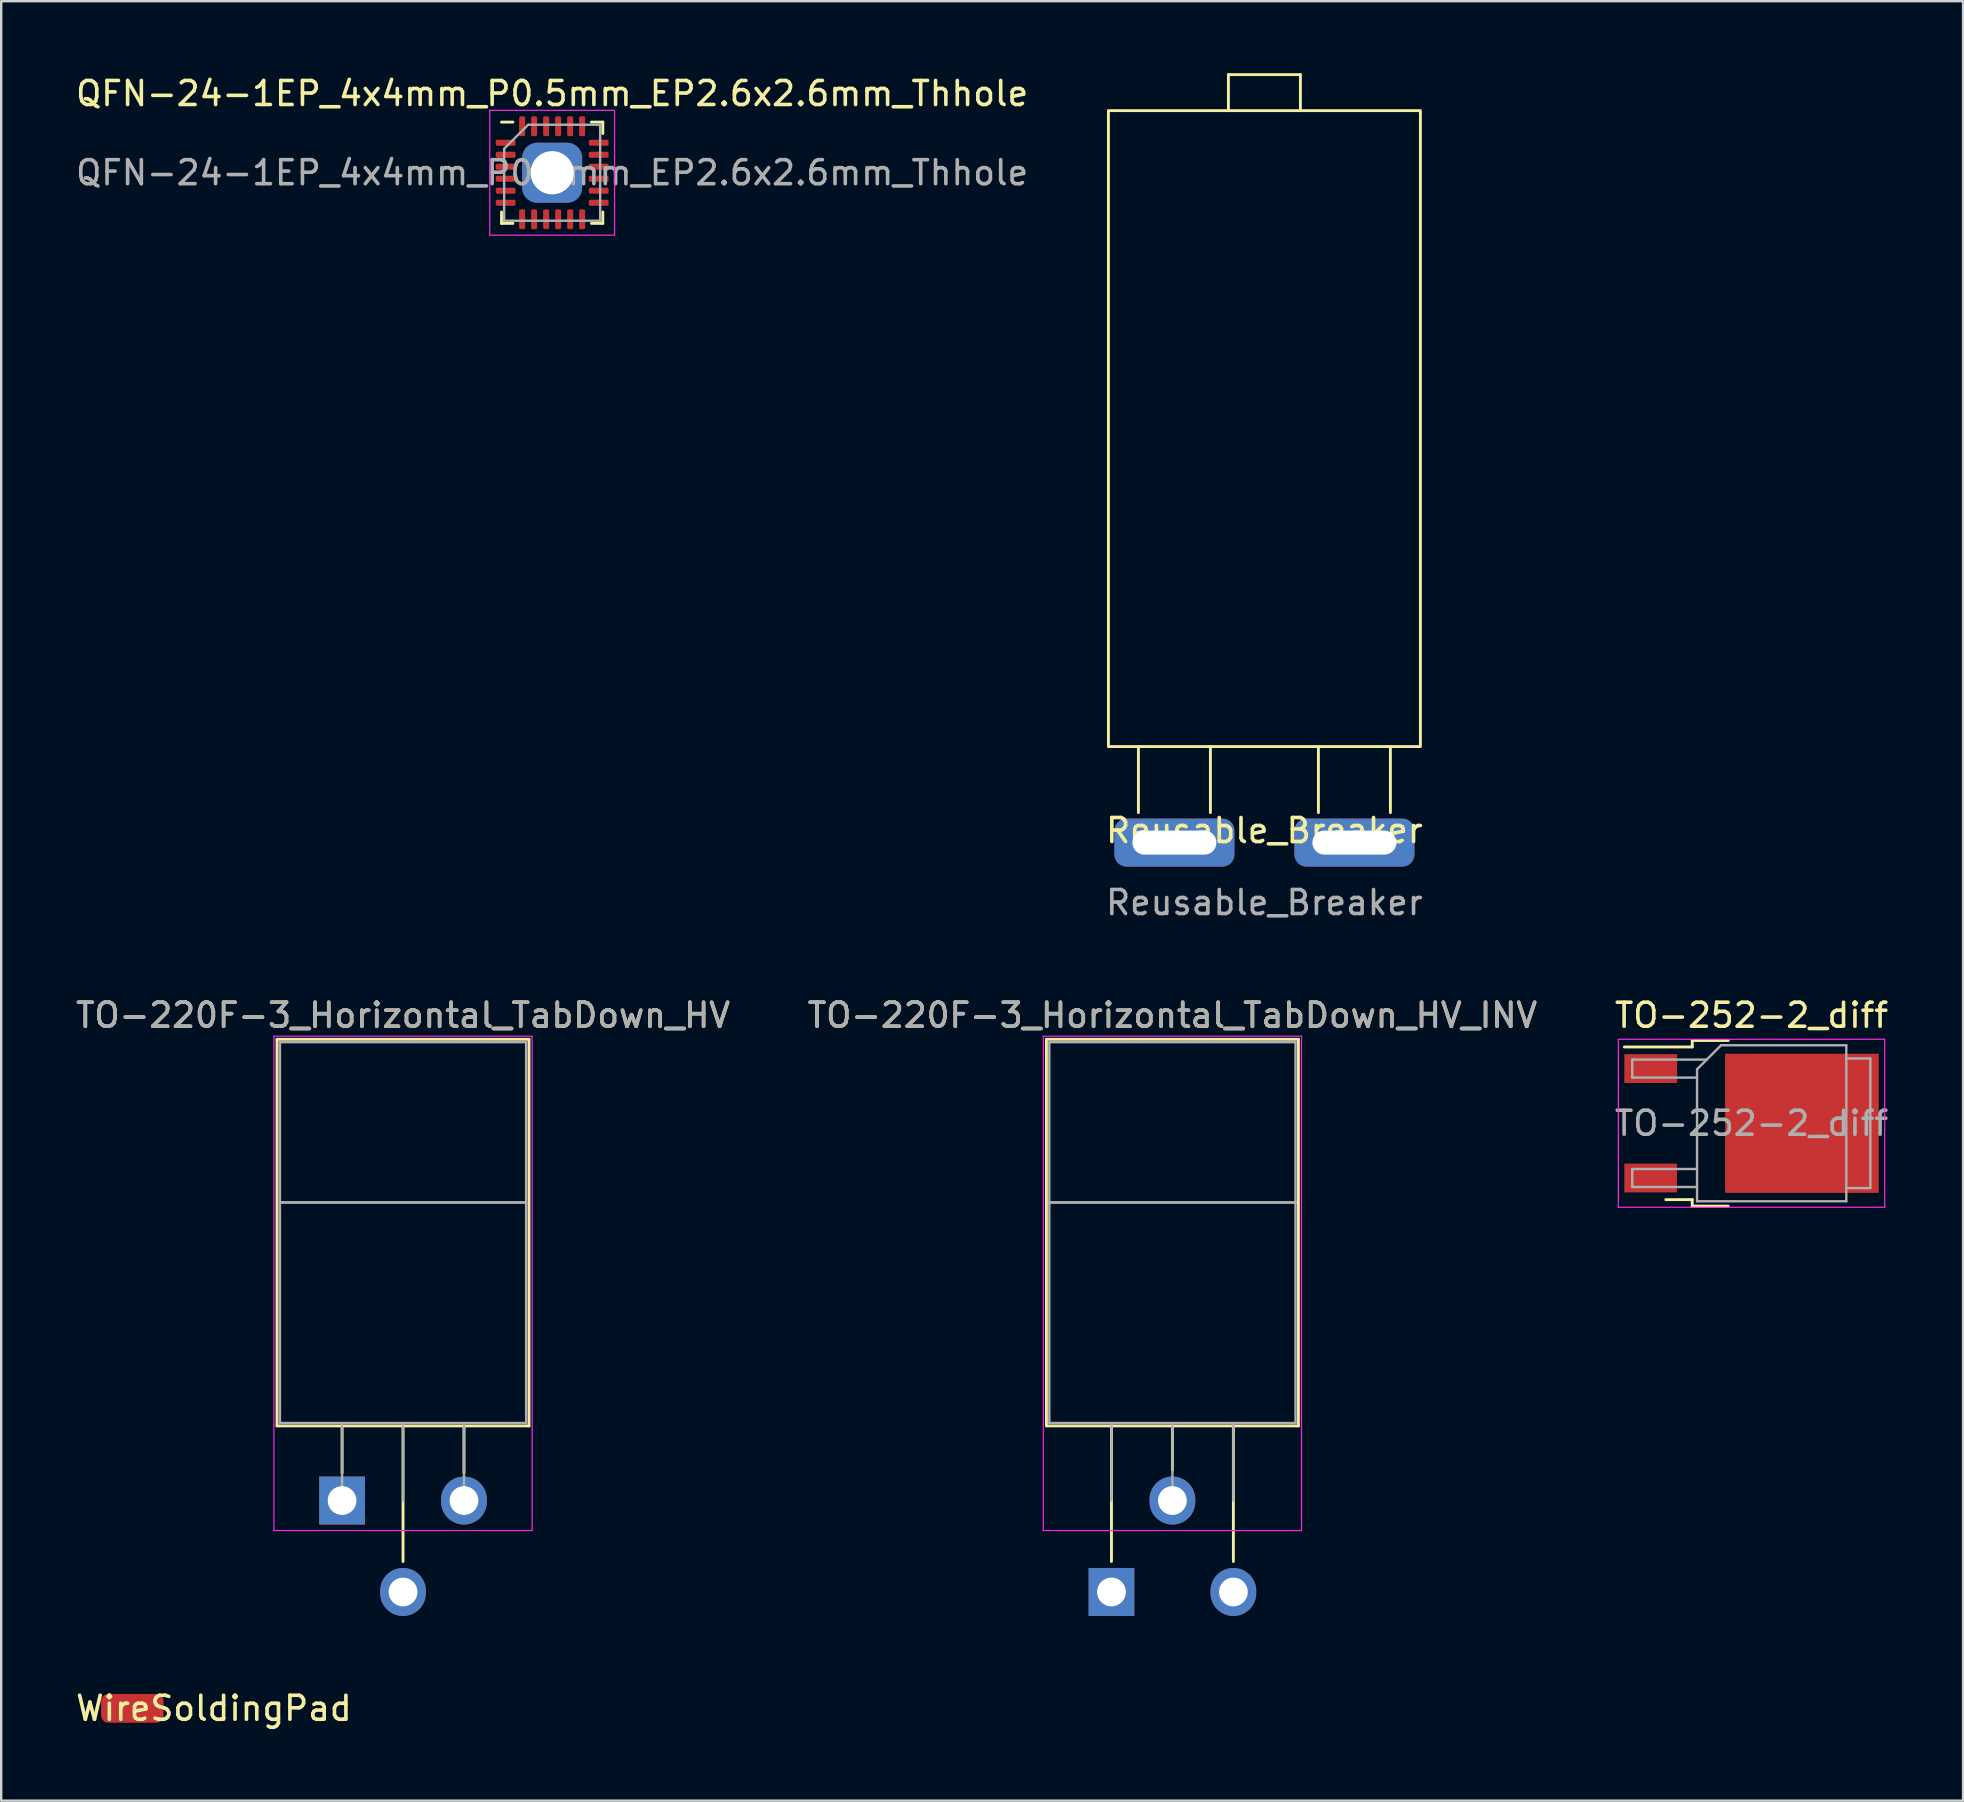
<source format=kicad_pcb>
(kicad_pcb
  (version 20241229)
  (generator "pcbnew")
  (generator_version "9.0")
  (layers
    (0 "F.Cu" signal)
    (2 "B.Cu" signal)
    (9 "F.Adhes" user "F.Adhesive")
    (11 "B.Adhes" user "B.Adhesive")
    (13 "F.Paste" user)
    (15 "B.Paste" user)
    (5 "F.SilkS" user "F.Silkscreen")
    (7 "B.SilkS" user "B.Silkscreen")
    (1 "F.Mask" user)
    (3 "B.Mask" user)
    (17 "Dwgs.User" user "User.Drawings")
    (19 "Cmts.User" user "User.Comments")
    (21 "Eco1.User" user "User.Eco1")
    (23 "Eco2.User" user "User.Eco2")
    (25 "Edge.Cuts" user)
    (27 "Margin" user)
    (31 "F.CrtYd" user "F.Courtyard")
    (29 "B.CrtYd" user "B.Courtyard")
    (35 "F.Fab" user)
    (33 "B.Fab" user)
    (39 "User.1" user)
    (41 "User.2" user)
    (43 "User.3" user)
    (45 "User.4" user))
  (footprint "QFN-24-1EP_4x4mm_P0.5mm_EP2.6x2.6mm_Thhole"
    (layer "F.Cu")
    (at 19.958 4.148)
    (property "Reference" "QFN-24-1EP_4x4mm_P0.5mm_EP2.6x2.6mm_Thhole" (at 0 -3.3 0) (layer "F.SilkS") (effects (font (size 1 1) (thickness 0.15))))
    (attr smd)
    (fp_line (start -2.11 2.11) (end -2.11 1.635) (stroke (width 0.12) (type solid)) (layer "F.SilkS"))
    (fp_line (start -1.635 -2.11) (end -2.11 -2.11) (stroke (width 0.12) (type solid)) (layer "F.SilkS"))
    (fp_line (start -1.635 2.11) (end -2.11 2.11) (stroke (width 0.12) (type solid)) (layer "F.SilkS"))
    (fp_line (start 1.635 -2.11) (end 2.11 -2.11) (stroke (width 0.12) (type solid)) (layer "F.SilkS"))
    (fp_line (start 1.635 2.11) (end 2.11 2.11) (stroke (width 0.12) (type solid)) (layer "F.SilkS"))
    (fp_line (start 2.11 -2.11) (end 2.11 -1.635) (stroke (width 0.12) (type solid)) (layer "F.SilkS"))
    (fp_line (start 2.11 2.11) (end 2.11 1.635) (stroke (width 0.12) (type solid)) (layer "F.SilkS"))
    (fp_line (start -2.6 -2.6) (end -2.6 2.6) (stroke (width 0.05) (type solid)) (layer "F.CrtYd"))
    (fp_line (start -2.6 2.6) (end 2.6 2.6) (stroke (width 0.05) (type solid)) (layer "F.CrtYd"))
    (fp_line (start 2.6 -2.6) (end -2.6 -2.6) (stroke (width 0.05) (type solid)) (layer "F.CrtYd"))
    (fp_line (start 2.6 2.6) (end 2.6 -2.6) (stroke (width 0.05) (type solid)) (layer "F.CrtYd"))
    (fp_line (start -2 -1) (end -1 -2) (stroke (width 0.1) (type solid)) (layer "F.Fab"))
    (fp_line (start -2 2) (end -2 -1) (stroke (width 0.1) (type solid)) (layer "F.Fab"))
    (fp_line (start -1 -2) (end 2 -2) (stroke (width 0.1) (type solid)) (layer "F.Fab"))
    (fp_line (start 2 -2) (end 2 2) (stroke (width 0.1) (type solid)) (layer "F.Fab"))
    (fp_line (start 2 2) (end -2 2) (stroke (width 0.1) (type solid)) (layer "F.Fab"))
    (fp_text user "${REFERENCE}" (at 0 0 0) (layer "F.Fab") (effects (font (size 1 1) (thickness 0.15))))
    (pad "1" smd roundrect (at -1.938 -1.25) (size 0.825 0.25) (layers "F.Cu" "F.Mask" "F.Paste") (roundrect_rratio 0.25))
    (pad "2" smd roundrect (at -1.938 -0.75) (size 0.825 0.25) (layers "F.Cu" "F.Mask" "F.Paste") (roundrect_rratio 0.25))
    (pad "3" smd roundrect (at -1.938 -0.25) (size 0.825 0.25) (layers "F.Cu" "F.Mask" "F.Paste") (roundrect_rratio 0.25))
    (pad "4" smd roundrect (at -1.938 0.25) (size 0.825 0.25) (layers "F.Cu" "F.Mask" "F.Paste") (roundrect_rratio 0.25))
    (pad "5" smd roundrect (at -1.938 0.75) (size 0.825 0.25) (layers "F.Cu" "F.Mask" "F.Paste") (roundrect_rratio 0.25))
    (pad "6" smd roundrect (at -1.938 1.25) (size 0.825 0.25) (layers "F.Cu" "F.Mask" "F.Paste") (roundrect_rratio 0.25))
    (pad "7" smd roundrect (at -1.25 1.938) (size 0.25 0.825) (layers "F.Cu" "F.Mask" "F.Paste") (roundrect_rratio 0.25))
    (pad "8" smd roundrect (at -0.75 1.938) (size 0.25 0.825) (layers "F.Cu" "F.Mask" "F.Paste") (roundrect_rratio 0.25))
    (pad "9" smd roundrect (at -0.25 1.938) (size 0.25 0.825) (layers "F.Cu" "F.Mask" "F.Paste") (roundrect_rratio 0.25))
    (pad "10" smd roundrect (at 0.25 1.938) (size 0.25 0.825) (layers "F.Cu" "F.Mask" "F.Paste") (roundrect_rratio 0.25))
    (pad "11" smd roundrect (at 0.75 1.938) (size 0.25 0.825) (layers "F.Cu" "F.Mask" "F.Paste") (roundrect_rratio 0.25))
    (pad "12" smd roundrect (at 1.25 1.938) (size 0.25 0.825) (layers "F.Cu" "F.Mask" "F.Paste") (roundrect_rratio 0.25))
    (pad "13" smd roundrect (at 1.938 1.25) (size 0.825 0.25) (layers "F.Cu" "F.Mask" "F.Paste") (roundrect_rratio 0.25))
    (pad "14" smd roundrect (at 1.938 0.75) (size 0.825 0.25) (layers "F.Cu" "F.Mask" "F.Paste") (roundrect_rratio 0.25))
    (pad "15" smd roundrect (at 1.938 0.25) (size 0.825 0.25) (layers "F.Cu" "F.Mask" "F.Paste") (roundrect_rratio 0.25))
    (pad "16" smd roundrect (at 1.938 -0.25) (size 0.825 0.25) (layers "F.Cu" "F.Mask" "F.Paste") (roundrect_rratio 0.25))
    (pad "17" smd roundrect (at 1.938 -0.75) (size 0.825 0.25) (layers "F.Cu" "F.Mask" "F.Paste") (roundrect_rratio 0.25))
    (pad "18" smd roundrect (at 1.938 -1.25) (size 0.825 0.25) (layers "F.Cu" "F.Mask" "F.Paste") (roundrect_rratio 0.25))
    (pad "19" smd roundrect (at 1.25 -1.938) (size 0.25 0.825) (layers "F.Cu" "F.Mask" "F.Paste") (roundrect_rratio 0.25))
    (pad "20" smd roundrect (at 0.75 -1.938) (size 0.25 0.825) (layers "F.Cu" "F.Mask" "F.Paste") (roundrect_rratio 0.25))
    (pad "21" smd roundrect (at 0.25 -1.938) (size 0.25 0.825) (layers "F.Cu" "F.Mask" "F.Paste") (roundrect_rratio 0.25))
    (pad "22" smd roundrect (at -0.25 -1.938) (size 0.25 0.825) (layers "F.Cu" "F.Mask" "F.Paste") (roundrect_rratio 0.25))
    (pad "23" smd roundrect (at -0.75 -1.938) (size 0.25 0.825) (layers "F.Cu" "F.Mask" "F.Paste") (roundrect_rratio 0.25))
    (pad "24" smd roundrect (at -1.25 -1.938) (size 0.25 0.825) (layers "F.Cu" "F.Mask" "F.Paste") (roundrect_rratio 0.25))
    (pad "25" thru_hole roundrect (at 0 0) (size 2.5 2.5) (drill 1.8) (layers "*.Cu" "*.Mask") (roundrect_rratio 0.25)))
  (footprint "WireSoldingPad"
    (layer "F.Cu")
    (at 2.463 68.135)
    (property "Reference" "WireSoldingPad" (at 3.4 0 0) (unlocked yes) (layer "F.SilkS") (effects (font (size 1 1) (thickness 0.15))))
    (attr smd)
    (pad "1" smd roundrect (at 0 0) (size 2.6 1.2) (layers "F.Cu" "F.Mask" "F.Paste") (roundrect_rratio 0.25)))
  (footprint "Reusable_Breaker"
    (layer "F.Cu")
    (at 49.637 32.06)
    (property "Reference" "Reusable_Breaker" (at 0 -0.5 0) (unlocked yes) (layer "F.SilkS") (effects (font (size 1 1) (thickness 0.15))))
    (attr through_hole)
    (fp_line (start -5.25 -1.25) (end -5.25 -4) (stroke (width 0.12) (type solid)) (layer "F.SilkS"))
    (fp_line (start -2.25 -1.25) (end -2.25 -4) (stroke (width 0.12) (type solid)) (layer "F.SilkS"))
    (fp_line (start -1.5 -32) (end 1.5 -32) (stroke (width 0.12) (type solid)) (layer "F.SilkS"))
    (fp_line (start -1.5 -30.5) (end -1.5 -32) (stroke (width 0.12) (type solid)) (layer "F.SilkS"))
    (fp_line (start 1.5 -32) (end 1.5 -30.5) (stroke (width 0.12) (type solid)) (layer "F.SilkS"))
    (fp_line (start 2.25 -1.25) (end 2.25 -4) (stroke (width 0.12) (type solid)) (layer "F.SilkS"))
    (fp_line (start 5.25 -1.25) (end 5.25 -4) (stroke (width 0.12) (type solid)) (layer "F.SilkS"))
    (fp_rect (start -6.5 -4) (end 6.5 -30.5) (stroke (width 0.12) (type solid)) (fill no) (layer "F.SilkS"))
    (fp_text user "${REFERENCE}" (at 0 2.5 0) (unlocked yes) (layer "F.Fab") (effects (font (size 1 1) (thickness 0.15))))
    (pad "1" thru_hole roundrect (at -3.75 0) (size 5 2) (drill oval 3.5 1) (layers "*.Cu" "*.Mask") (roundrect_rratio 0.25))
    (pad "2" thru_hole roundrect (at 3.75 0) (size 5 2) (drill oval 3.5 1) (layers "*.Cu" "*.Mask") (roundrect_rratio 0.25)))
  (footprint "TO-220F-3_Horizontal_TabDown_HV"
    (layer "F.Cu")
    (at 11.204 59.477)
    (property "Reference" "TO-220F-3_Horizontal_TabDown_HV" (at 2.54 -20.22 180) (layer "F.SilkS") (effects (font (size 1 1) (thickness 0.15))))
    (attr through_hole)
    (fp_line (start -2.71 -19.22) (end -2.71 -3.11) (stroke (width 0.12) (type solid)) (layer "F.SilkS"))
    (fp_line (start -2.71 -19.22) (end 7.79 -19.22) (stroke (width 0.12) (type solid)) (layer "F.SilkS"))
    (fp_line (start -2.71 -3.11) (end 7.79 -3.11) (stroke (width 0.12) (type solid)) (layer "F.SilkS"))
    (fp_line (start 0 -3.11) (end 0 -1.15) (stroke (width 0.12) (type solid)) (layer "F.SilkS"))
    (fp_line (start 2.54 -3.11) (end 2.54 2.54) (stroke (width 0.12) (type solid)) (layer "F.SilkS"))
    (fp_line (start 5.08 -3.11) (end 5.08 -1.15) (stroke (width 0.12) (type solid)) (layer "F.SilkS"))
    (fp_line (start 7.79 -19.22) (end 7.79 -3.11) (stroke (width 0.12) (type solid)) (layer "F.SilkS"))
    (fp_line (start -2.84 -19.35) (end -2.84 1.25) (stroke (width 0.05) (type solid)) (layer "F.CrtYd"))
    (fp_line (start -2.84 1.25) (end 7.92 1.25) (stroke (width 0.05) (type solid)) (layer "F.CrtYd"))
    (fp_line (start 7.92 -19.35) (end -2.84 -19.35) (stroke (width 0.05) (type solid)) (layer "F.CrtYd"))
    (fp_line (start 7.92 1.25) (end 7.92 -19.35) (stroke (width 0.05) (type solid)) (layer "F.CrtYd"))
    (fp_line (start -2.59 -19.1) (end 7.67 -19.1) (stroke (width 0.1) (type solid)) (layer "F.Fab"))
    (fp_line (start -2.59 -12.42) (end -2.59 -19.1) (stroke (width 0.1) (type solid)) (layer "F.Fab"))
    (fp_line (start -2.59 -12.42) (end 7.67 -12.42) (stroke (width 0.1) (type solid)) (layer "F.Fab"))
    (fp_line (start -2.59 -3.23) (end -2.59 -12.42) (stroke (width 0.1) (type solid)) (layer "F.Fab"))
    (fp_line (start 0 -3.23) (end 0 0) (stroke (width 0.1) (type solid)) (layer "F.Fab"))
    (fp_line (start 2.54 -3.23) (end 2.54 0) (stroke (width 0.1) (type solid)) (layer "F.Fab"))
    (fp_line (start 5.08 -3.23) (end 5.08 0) (stroke (width 0.1) (type solid)) (layer "F.Fab"))
    (fp_line (start 7.67 -19.1) (end 7.67 -12.42) (stroke (width 0.1) (type solid)) (layer "F.Fab"))
    (fp_line (start 7.67 -12.42) (end -2.59 -12.42) (stroke (width 0.1) (type solid)) (layer "F.Fab"))
    (fp_line (start 7.67 -12.42) (end 7.67 -3.23) (stroke (width 0.1) (type solid)) (layer "F.Fab"))
    (fp_line (start 7.67 -3.23) (end -2.59 -3.23) (stroke (width 0.1) (type solid)) (layer "F.Fab"))
    (fp_text user "${REFERENCE}" (at 2.54 -20.22 180) (layer "F.Fab") (effects (font (size 1 1) (thickness 0.15))))
    (pad "1" thru_hole rect (at 0 0) (size 1.905 2) (drill 1.2) (layers "*.Cu" "*.Mask"))
    (pad "2" thru_hole oval (at 2.54 3.81) (size 1.905 2) (drill 1.2) (layers "*.Cu" "*.Mask"))
    (pad "3" thru_hole oval (at 5.08 0) (size 1.905 2) (drill 1.2) (layers "*.Cu" "*.Mask")))
  (footprint "TO-220F-3_Horizontal_TabDown_HV_INV"
    (layer "F.Cu")
    (at 43.264 59.477)
    (property "Reference" "TO-220F-3_Horizontal_TabDown_HV_INV" (at 2.54 -20.22 180) (layer "F.SilkS") (effects (font (size 1 1) (thickness 0.15))))
    (attr through_hole)
    (fp_line (start -2.71 -19.22) (end -2.71 -3.11) (stroke (width 0.12) (type solid)) (layer "F.SilkS"))
    (fp_line (start -2.71 -19.22) (end 7.79 -19.22) (stroke (width 0.12) (type solid)) (layer "F.SilkS"))
    (fp_line (start -2.71 -3.11) (end 7.79 -3.11) (stroke (width 0.12) (type solid)) (layer "F.SilkS"))
    (fp_line (start 0 -3.11) (end 0 2.54) (stroke (width 0.12) (type solid)) (layer "F.SilkS"))
    (fp_line (start 2.54 -3.11) (end 2.54 -1.27) (stroke (width 0.12) (type solid)) (layer "F.SilkS"))
    (fp_line (start 5.08 -3.11) (end 5.08 2.54) (stroke (width 0.12) (type solid)) (layer "F.SilkS"))
    (fp_line (start 7.79 -19.22) (end 7.79 -3.11) (stroke (width 0.12) (type solid)) (layer "F.SilkS"))
    (fp_line (start -2.84 -19.35) (end -2.84 1.25) (stroke (width 0.05) (type solid)) (layer "F.CrtYd"))
    (fp_line (start -2.84 1.25) (end 7.92 1.25) (stroke (width 0.05) (type solid)) (layer "F.CrtYd"))
    (fp_line (start 7.92 -19.35) (end -2.84 -19.35) (stroke (width 0.05) (type solid)) (layer "F.CrtYd"))
    (fp_line (start 7.92 1.25) (end 7.92 -19.35) (stroke (width 0.05) (type solid)) (layer "F.CrtYd"))
    (fp_line (start -2.59 -19.1) (end 7.67 -19.1) (stroke (width 0.1) (type solid)) (layer "F.Fab"))
    (fp_line (start -2.59 -12.42) (end -2.59 -19.1) (stroke (width 0.1) (type solid)) (layer "F.Fab"))
    (fp_line (start -2.59 -12.42) (end 7.67 -12.42) (stroke (width 0.1) (type solid)) (layer "F.Fab"))
    (fp_line (start -2.59 -3.23) (end -2.59 -12.42) (stroke (width 0.1) (type solid)) (layer "F.Fab"))
    (fp_line (start 0 -3.23) (end 0 0) (stroke (width 0.1) (type solid)) (layer "F.Fab"))
    (fp_line (start 2.54 -3.23) (end 2.54 0) (stroke (width 0.1) (type solid)) (layer "F.Fab"))
    (fp_line (start 5.08 -3.23) (end 5.08 0) (stroke (width 0.1) (type solid)) (layer "F.Fab"))
    (fp_line (start 7.67 -19.1) (end 7.67 -12.42) (stroke (width 0.1) (type solid)) (layer "F.Fab"))
    (fp_line (start 7.67 -12.42) (end -2.59 -12.42) (stroke (width 0.1) (type solid)) (layer "F.Fab"))
    (fp_line (start 7.67 -12.42) (end 7.67 -3.23) (stroke (width 0.1) (type solid)) (layer "F.Fab"))
    (fp_line (start 7.67 -3.23) (end -2.59 -3.23) (stroke (width 0.1) (type solid)) (layer "F.Fab"))
    (fp_text user "${REFERENCE}" (at 2.54 -20.22 180) (layer "F.Fab") (effects (font (size 1 1) (thickness 0.15))))
    (pad "1" thru_hole rect (at 0 3.81) (size 1.905 2) (drill 1.2) (layers "*.Cu" "*.Mask"))
    (pad "2" thru_hole oval (at 2.54 0) (size 1.905 2) (drill 1.2) (layers "*.Cu" "*.Mask"))
    (pad "3" thru_hole oval (at 5.08 3.81) (size 1.905 2) (drill 1.2) (layers "*.Cu" "*.Mask")))
  (footprint "TO-252-2_diff"
    (layer "F.Cu")
    (at 69.935 43.757)
    (property "Reference" "TO-252-2_diff" (at 0 -4.5 0) (layer "F.SilkS") (effects (font (size 1 1) (thickness 0.15))))
    (attr smd)
    (fp_line (start -2.47 -3.45) (end -2.47 -3.18) (stroke (width 0.12) (type solid)) (layer "F.SilkS"))
    (fp_line (start -2.47 -3.18) (end -5.3 -3.18) (stroke (width 0.12) (type solid)) (layer "F.SilkS"))
    (fp_line (start -2.47 3.18) (end -3.57 3.18) (stroke (width 0.12) (type solid)) (layer "F.SilkS"))
    (fp_line (start -2.47 3.45) (end -2.47 3.18) (stroke (width 0.12) (type solid)) (layer "F.SilkS"))
    (fp_line (start -0.97 -3.45) (end -2.47 -3.45) (stroke (width 0.12) (type solid)) (layer "F.SilkS"))
    (fp_line (start -0.97 3.45) (end -2.47 3.45) (stroke (width 0.12) (type solid)) (layer "F.SilkS"))
    (fp_line (start -5.55 -3.5) (end -5.55 3.5) (stroke (width 0.05) (type solid)) (layer "F.CrtYd"))
    (fp_line (start -5.55 3.5) (end 5.55 3.5) (stroke (width 0.05) (type solid)) (layer "F.CrtYd"))
    (fp_line (start 5.55 -3.5) (end -5.55 -3.5) (stroke (width 0.05) (type solid)) (layer "F.CrtYd"))
    (fp_line (start 5.55 3.5) (end 5.55 -3.5) (stroke (width 0.05) (type solid)) (layer "F.CrtYd"))
    (fp_line (start -4.97 -2.655) (end -4.97 -1.905) (stroke (width 0.1) (type solid)) (layer "F.Fab"))
    (fp_line (start -4.97 -1.905) (end -2.27 -1.905) (stroke (width 0.1) (type solid)) (layer "F.Fab"))
    (fp_line (start -4.97 1.905) (end -4.97 2.655) (stroke (width 0.1) (type solid)) (layer "F.Fab"))
    (fp_line (start -4.97 2.655) (end -2.27 2.655) (stroke (width 0.1) (type solid)) (layer "F.Fab"))
    (fp_line (start -2.27 -2.25) (end -1.27 -3.25) (stroke (width 0.1) (type solid)) (layer "F.Fab"))
    (fp_line (start -2.27 1.905) (end -4.97 1.905) (stroke (width 0.1) (type solid)) (layer "F.Fab"))
    (fp_line (start -2.27 3.25) (end -2.27 -2.25) (stroke (width 0.1) (type solid)) (layer "F.Fab"))
    (fp_line (start -1.865 -2.655) (end -4.97 -2.655) (stroke (width 0.1) (type solid)) (layer "F.Fab"))
    (fp_line (start -1.27 -3.25) (end 3.95 -3.25) (stroke (width 0.1) (type solid)) (layer "F.Fab"))
    (fp_line (start 3.95 -3.25) (end 3.95 3.25) (stroke (width 0.1) (type solid)) (layer "F.Fab"))
    (fp_line (start 3.95 -2.7) (end 4.95 -2.7) (stroke (width 0.1) (type solid)) (layer "F.Fab"))
    (fp_line (start 3.95 3.25) (end -2.27 3.25) (stroke (width 0.1) (type solid)) (layer "F.Fab"))
    (fp_line (start 4.95 -2.7) (end 4.95 2.7) (stroke (width 0.1) (type solid)) (layer "F.Fab"))
    (fp_line (start 4.95 2.7) (end 3.95 2.7) (stroke (width 0.1) (type solid)) (layer "F.Fab"))
    (fp_text user "${REFERENCE}" (at 0 0 0) (layer "F.Fab") (effects (font (size 1 1) (thickness 0.15))))
    (pad "" smd rect (at 0.425 -1.525) (size 3.05 2.75) (layers "F.Paste"))
    (pad "" smd rect (at 0.425 1.525) (size 3.05 2.75) (layers "F.Paste"))
    (pad "" smd rect (at 3.775 -1.525) (size 3.05 2.75) (layers "F.Paste"))
    (pad "" smd rect (at 3.775 1.525) (size 3.05 2.75) (layers "F.Paste"))
    (pad "1" smd rect (at -4.2 -2.28) (size 2.2 1.2) (layers "F.Cu" "F.Mask" "F.Paste"))
    (pad "2" smd rect (at 2.1 0) (size 6.4 5.8) (layers "F.Cu" "F.Mask"))
    (pad "3" smd rect (at -4.7 2.28) (size 1.2 1.2) (layers "F.Cu" "F.Mask" "F.Paste"))
    (pad "4" smd rect (at -3.607 2.28) (size 1 1.2) (layers "F.Cu" "F.Mask" "F.Paste")))
  (gr_rect
    (start -3 -3)
    (end 78.75 71.983)
    (stroke (width 0.1) (type default))
    (fill no)
    (layer "Edge.Cuts")))
</source>
